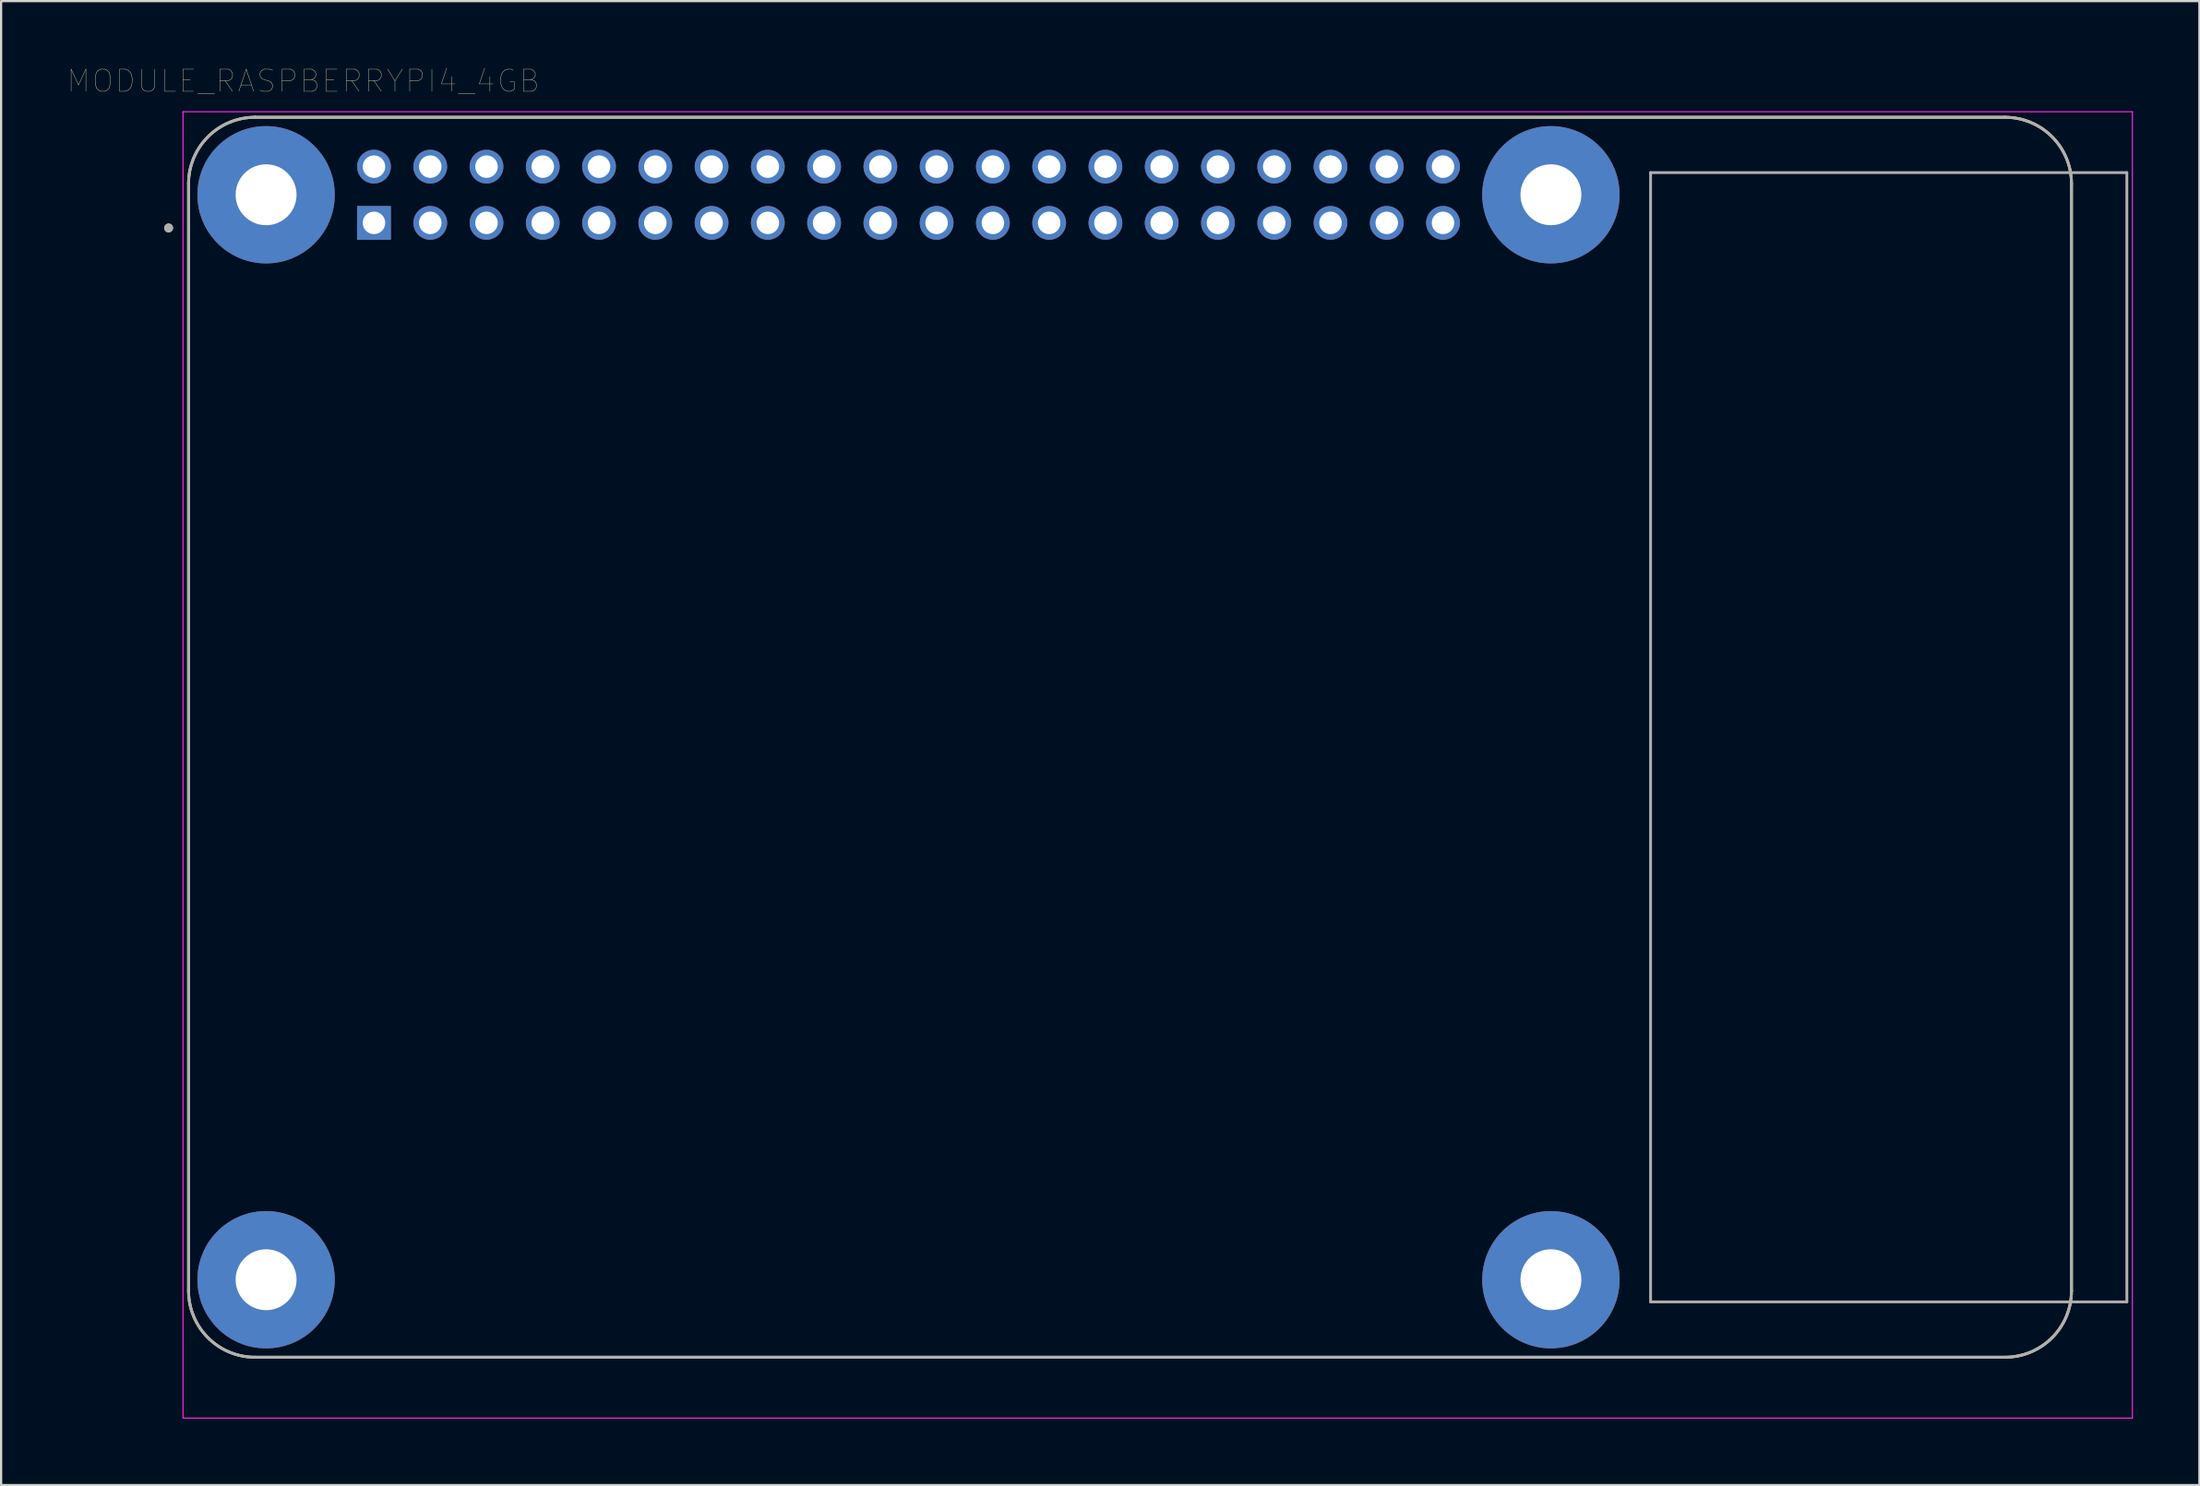
<source format=kicad_pcb>
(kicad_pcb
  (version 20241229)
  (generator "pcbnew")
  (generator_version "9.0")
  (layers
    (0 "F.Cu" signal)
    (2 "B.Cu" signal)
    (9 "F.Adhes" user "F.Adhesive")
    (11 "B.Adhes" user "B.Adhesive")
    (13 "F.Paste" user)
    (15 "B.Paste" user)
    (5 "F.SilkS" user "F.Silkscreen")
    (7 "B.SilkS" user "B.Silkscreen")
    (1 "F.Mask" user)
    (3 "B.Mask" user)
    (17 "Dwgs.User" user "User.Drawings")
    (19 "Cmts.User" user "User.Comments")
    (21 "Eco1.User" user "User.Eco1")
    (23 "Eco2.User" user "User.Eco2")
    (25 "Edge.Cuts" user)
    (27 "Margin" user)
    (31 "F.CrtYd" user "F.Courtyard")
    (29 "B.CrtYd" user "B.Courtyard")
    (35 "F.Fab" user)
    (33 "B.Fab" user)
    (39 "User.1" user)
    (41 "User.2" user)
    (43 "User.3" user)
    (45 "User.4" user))
  (footprint "MODULE_RASPBERRYPI4_4GB"
    (layer "F.Cu")
    (at 47.962 30.246)
    (property "Reference" "MODULE_RASPBERRYPI4_4GB" (at -37.325 -29.635 0) (layer "F.SilkS") (effects (font (size 1 1) (thickness 0.015))))
    (attr through_hole)
    (fp_line (start -42.5 -25) (end -42.5 25) (stroke (width 0.127) (type solid)) (layer "F.SilkS"))
    (fp_line (start -39.5 28) (end 39.5 28) (stroke (width 0.127) (type solid)) (layer "F.SilkS"))
    (fp_line (start 39.5 -28) (end -39.5 -28) (stroke (width 0.127) (type solid)) (layer "F.SilkS"))
    (fp_line (start 42.5 25) (end 42.5 -25) (stroke (width 0.127) (type solid)) (layer "F.SilkS"))
    (fp_arc (start -42.5 -25) (mid -41.62132 -27.12132) (end -39.5 -28) (stroke (width 0.127) (type solid)) (layer "F.SilkS"))
    (fp_arc (start -39.5 28) (mid -41.62132 27.12132) (end -42.5 25) (stroke (width 0.127) (type solid)) (layer "F.SilkS"))
    (fp_arc (start 39.5 -28) (mid 41.62132 -27.12132) (end 42.5 -25) (stroke (width 0.127) (type solid)) (layer "F.SilkS"))
    (fp_arc (start 42.5 25) (mid 41.62132 27.12132) (end 39.5 28) (stroke (width 0.127) (type solid)) (layer "F.SilkS"))
    (fp_circle (center -43.4 -23) (end -43.3 -23) (stroke (width 0.2) (type solid)) (fill no) (layer "F.SilkS"))
    (fp_line (start -42.75 -28.25) (end 45.25 -28.25) (stroke (width 0.05) (type solid)) (layer "F.CrtYd"))
    (fp_line (start -42.75 30.75) (end -42.75 -28.25) (stroke (width 0.05) (type solid)) (layer "F.CrtYd"))
    (fp_line (start 45.25 -28.25) (end 45.25 30.75) (stroke (width 0.05) (type solid)) (layer "F.CrtYd"))
    (fp_line (start 45.25 30.75) (end -42.75 30.75) (stroke (width 0.05) (type solid)) (layer "F.CrtYd"))
    (fp_line (start -42.5 -25) (end -42.5 25) (stroke (width 0.127) (type solid)) (layer "F.Fab"))
    (fp_line (start -39.5 28) (end 39.5 28) (stroke (width 0.127) (type solid)) (layer "F.Fab"))
    (fp_line (start 23.5 -25.5) (end 23.5 25.5) (stroke (width 0.127) (type solid)) (layer "F.Fab"))
    (fp_line (start 23.5 25.5) (end 45 25.5) (stroke (width 0.127) (type solid)) (layer "F.Fab"))
    (fp_line (start 39.5 -28) (end -39.5 -28) (stroke (width 0.127) (type solid)) (layer "F.Fab"))
    (fp_line (start 42.5 25) (end 42.5 -25) (stroke (width 0.127) (type solid)) (layer "F.Fab"))
    (fp_line (start 45 -25.5) (end 23.5 -25.5) (stroke (width 0.127) (type solid)) (layer "F.Fab"))
    (fp_line (start 45 25.5) (end 45 -25.5) (stroke (width 0.127) (type solid)) (layer "F.Fab"))
    (fp_arc (start -42.5 -25) (mid -41.62132 -27.12132) (end -39.5 -28) (stroke (width 0.127) (type solid)) (layer "F.Fab"))
    (fp_arc (start -39.5 28) (mid -41.62132 27.12132) (end -42.5 25) (stroke (width 0.127) (type solid)) (layer "F.Fab"))
    (fp_arc (start 39.5 -28) (mid 41.62132 -27.12132) (end 42.5 -25) (stroke (width 0.127) (type solid)) (layer "F.Fab"))
    (fp_arc (start 42.5 25) (mid 41.62132 27.12132) (end 39.5 28) (stroke (width 0.127) (type solid)) (layer "F.Fab"))
    (fp_circle (center -43.4 -23) (end -43.3 -23) (stroke (width 0.2) (type solid)) (fill no) (layer "F.Fab"))
    (pad "1" thru_hole rect (at -34.13 -23.23) (size 1.524 1.524) (drill 1.016) (layers "*.Cu" "*.Mask"))
    (pad "2" thru_hole circle (at -34.13 -25.77) (size 1.524 1.524) (drill 1.016) (layers "*.Cu" "*.Mask"))
    (pad "3" thru_hole circle (at -31.59 -23.23) (size 1.524 1.524) (drill 1.016) (layers "*.Cu" "*.Mask"))
    (pad "4" thru_hole circle (at -31.59 -25.77) (size 1.524 1.524) (drill 1.016) (layers "*.Cu" "*.Mask"))
    (pad "5" thru_hole circle (at -29.05 -23.23) (size 1.524 1.524) (drill 1.016) (layers "*.Cu" "*.Mask"))
    (pad "6" thru_hole circle (at -29.05 -25.77) (size 1.524 1.524) (drill 1.016) (layers "*.Cu" "*.Mask"))
    (pad "7" thru_hole circle (at -26.51 -23.23) (size 1.524 1.524) (drill 1.016) (layers "*.Cu" "*.Mask"))
    (pad "8" thru_hole circle (at -26.51 -25.77) (size 1.524 1.524) (drill 1.016) (layers "*.Cu" "*.Mask"))
    (pad "9" thru_hole circle (at -23.97 -23.23) (size 1.524 1.524) (drill 1.016) (layers "*.Cu" "*.Mask"))
    (pad "10" thru_hole circle (at -23.97 -25.77) (size 1.524 1.524) (drill 1.016) (layers "*.Cu" "*.Mask"))
    (pad "11" thru_hole circle (at -21.43 -23.23) (size 1.524 1.524) (drill 1.016) (layers "*.Cu" "*.Mask"))
    (pad "12" thru_hole circle (at -21.43 -25.77) (size 1.524 1.524) (drill 1.016) (layers "*.Cu" "*.Mask"))
    (pad "13" thru_hole circle (at -18.89 -23.23) (size 1.524 1.524) (drill 1.016) (layers "*.Cu" "*.Mask"))
    (pad "14" thru_hole circle (at -18.89 -25.77) (size 1.524 1.524) (drill 1.016) (layers "*.Cu" "*.Mask"))
    (pad "15" thru_hole circle (at -16.35 -23.23) (size 1.524 1.524) (drill 1.016) (layers "*.Cu" "*.Mask"))
    (pad "16" thru_hole circle (at -16.35 -25.77) (size 1.524 1.524) (drill 1.016) (layers "*.Cu" "*.Mask"))
    (pad "17" thru_hole circle (at -13.81 -23.23) (size 1.524 1.524) (drill 1.016) (layers "*.Cu" "*.Mask"))
    (pad "18" thru_hole circle (at -13.81 -25.77) (size 1.524 1.524) (drill 1.016) (layers "*.Cu" "*.Mask"))
    (pad "19" thru_hole circle (at -11.27 -23.23) (size 1.524 1.524) (drill 1.016) (layers "*.Cu" "*.Mask"))
    (pad "20" thru_hole circle (at -11.27 -25.77) (size 1.524 1.524) (drill 1.016) (layers "*.Cu" "*.Mask"))
    (pad "21" thru_hole circle (at -8.73 -23.23) (size 1.524 1.524) (drill 1.016) (layers "*.Cu" "*.Mask"))
    (pad "22" thru_hole circle (at -8.73 -25.77) (size 1.524 1.524) (drill 1.016) (layers "*.Cu" "*.Mask"))
    (pad "23" thru_hole circle (at -6.19 -23.23) (size 1.524 1.524) (drill 1.016) (layers "*.Cu" "*.Mask"))
    (pad "24" thru_hole circle (at -6.19 -25.77) (size 1.524 1.524) (drill 1.016) (layers "*.Cu" "*.Mask"))
    (pad "25" thru_hole circle (at -3.65 -23.23) (size 1.524 1.524) (drill 1.016) (layers "*.Cu" "*.Mask"))
    (pad "26" thru_hole circle (at -3.65 -25.77) (size 1.524 1.524) (drill 1.016) (layers "*.Cu" "*.Mask"))
    (pad "27" thru_hole circle (at -1.11 -23.23) (size 1.524 1.524) (drill 1.016) (layers "*.Cu" "*.Mask"))
    (pad "28" thru_hole circle (at -1.11 -25.77) (size 1.524 1.524) (drill 1.016) (layers "*.Cu" "*.Mask"))
    (pad "29" thru_hole circle (at 1.43 -23.23) (size 1.524 1.524) (drill 1.016) (layers "*.Cu" "*.Mask"))
    (pad "30" thru_hole circle (at 1.43 -25.77) (size 1.524 1.524) (drill 1.016) (layers "*.Cu" "*.Mask"))
    (pad "31" thru_hole circle (at 3.97 -23.23) (size 1.524 1.524) (drill 1.016) (layers "*.Cu" "*.Mask"))
    (pad "32" thru_hole circle (at 3.97 -25.77) (size 1.524 1.524) (drill 1.016) (layers "*.Cu" "*.Mask"))
    (pad "33" thru_hole circle (at 6.51 -23.23) (size 1.524 1.524) (drill 1.016) (layers "*.Cu" "*.Mask"))
    (pad "34" thru_hole circle (at 6.51 -25.77) (size 1.524 1.524) (drill 1.016) (layers "*.Cu" "*.Mask"))
    (pad "35" thru_hole circle (at 9.05 -23.23) (size 1.524 1.524) (drill 1.016) (layers "*.Cu" "*.Mask"))
    (pad "36" thru_hole circle (at 9.05 -25.77) (size 1.524 1.524) (drill 1.016) (layers "*.Cu" "*.Mask"))
    (pad "37" thru_hole circle (at 11.59 -23.23) (size 1.524 1.524) (drill 1.016) (layers "*.Cu" "*.Mask"))
    (pad "38" thru_hole circle (at 11.59 -25.77) (size 1.524 1.524) (drill 1.016) (layers "*.Cu" "*.Mask"))
    (pad "39" thru_hole circle (at 14.13 -23.23) (size 1.524 1.524) (drill 1.016) (layers "*.Cu" "*.Mask"))
    (pad "40" thru_hole circle (at 14.13 -25.77) (size 1.524 1.524) (drill 1.016) (layers "*.Cu" "*.Mask"))
    (pad "S1" thru_hole circle (at -39 -24.5) (size 6.2 6.2) (drill 2.75) (layers "*.Cu" "*.Mask"))
    (pad "S2" thru_hole circle (at 19 -24.5) (size 6.2 6.2) (drill 2.75) (layers "*.Cu" "*.Mask"))
    (pad "S3" thru_hole circle (at 19 24.5) (size 6.2 6.2) (drill 2.75) (layers "*.Cu" "*.Mask"))
    (pad "S4" thru_hole circle (at -39 24.5) (size 6.2 6.2) (drill 2.75) (layers "*.Cu" "*.Mask")))
  (gr_rect
    (start -3 -3)
    (end 96.237 64.021)
    (stroke (width 0.1) (type default))
    (fill no)
    (layer "Edge.Cuts")))
</source>
